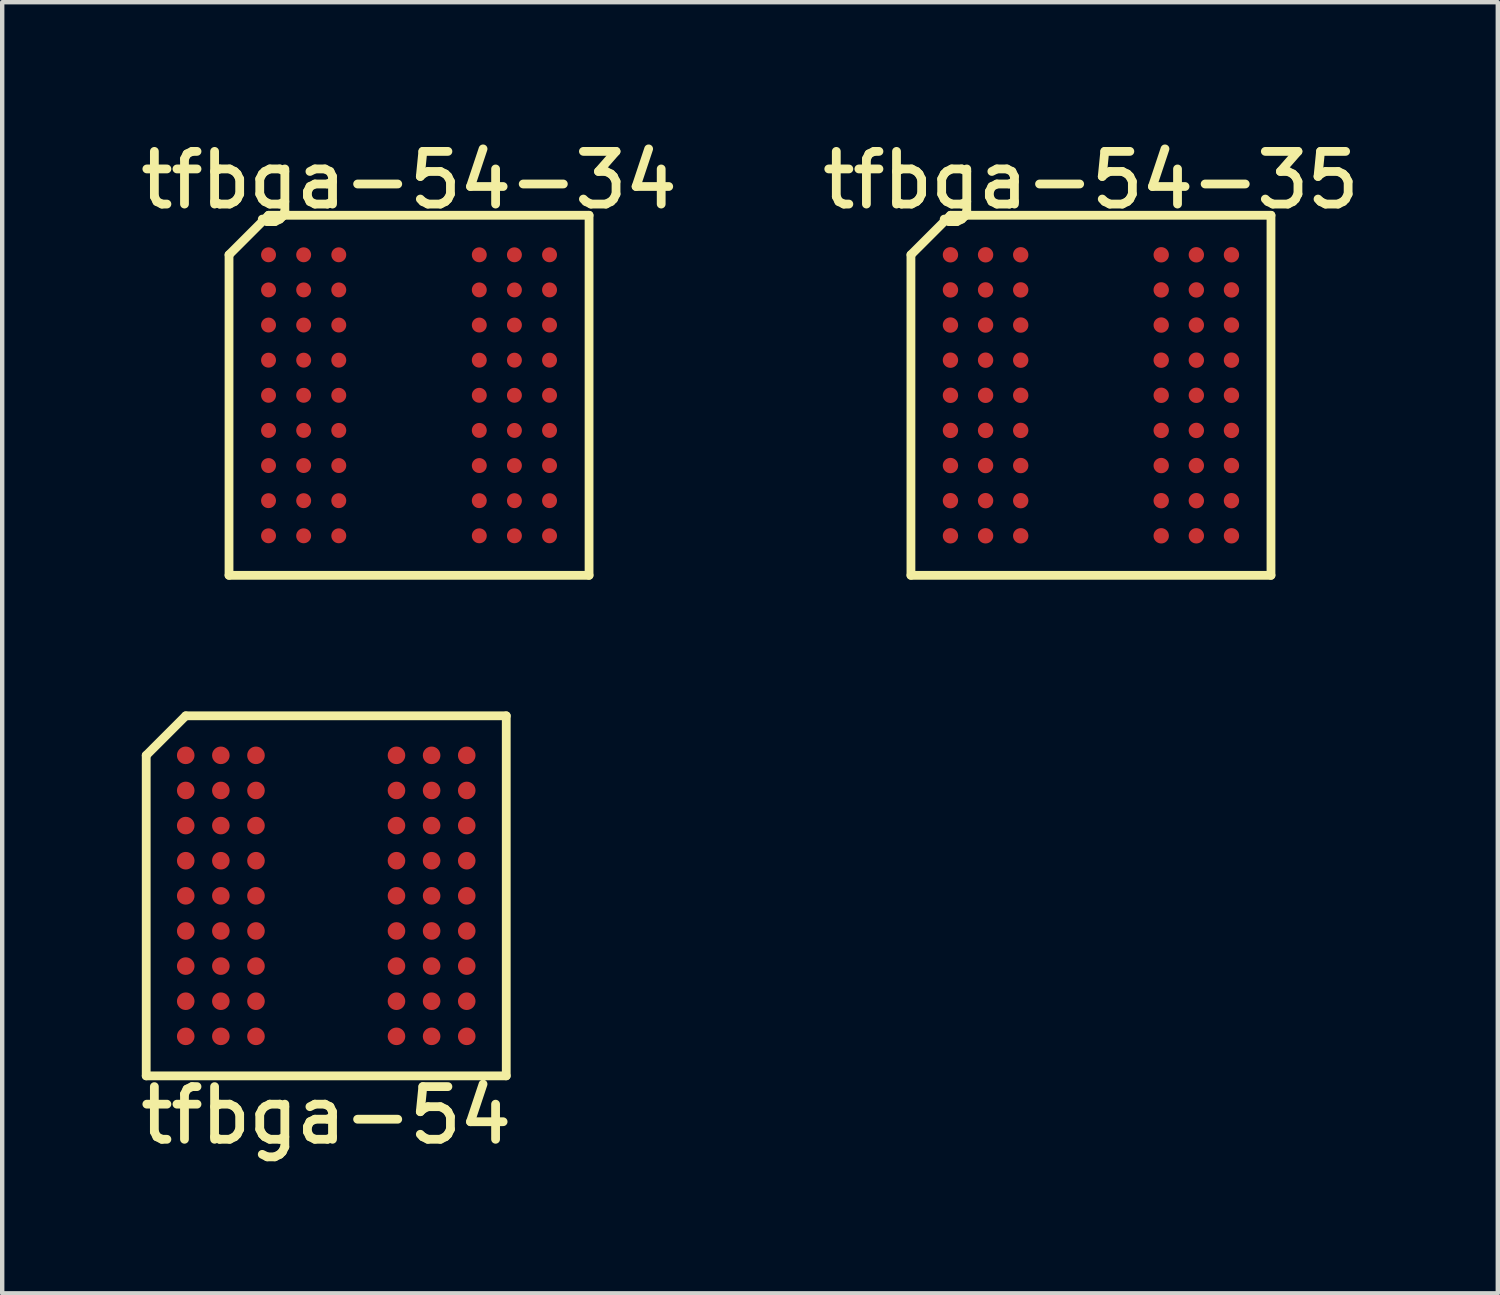
<source format=kicad_pcb>
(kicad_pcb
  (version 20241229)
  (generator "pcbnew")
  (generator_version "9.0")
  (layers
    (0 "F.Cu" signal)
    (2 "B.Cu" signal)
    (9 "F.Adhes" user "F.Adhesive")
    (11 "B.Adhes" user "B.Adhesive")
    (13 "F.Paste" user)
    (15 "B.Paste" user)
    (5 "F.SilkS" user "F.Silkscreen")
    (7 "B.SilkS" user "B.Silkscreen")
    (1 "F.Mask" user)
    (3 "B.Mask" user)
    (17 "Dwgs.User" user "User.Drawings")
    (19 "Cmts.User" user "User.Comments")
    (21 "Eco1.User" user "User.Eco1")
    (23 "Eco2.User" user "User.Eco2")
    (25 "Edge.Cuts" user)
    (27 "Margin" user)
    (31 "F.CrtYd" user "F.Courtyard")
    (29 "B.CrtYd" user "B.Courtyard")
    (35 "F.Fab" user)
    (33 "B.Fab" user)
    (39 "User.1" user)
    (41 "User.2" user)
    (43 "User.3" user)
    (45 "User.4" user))
  (footprint "tfbga-54"
    (layer "F.Cu")
    (at 4.38 17.353)
    (property "Reference" "tfbga-54" (at 0 5 0) (layer "F.SilkS") (effects (font (size 1.2 1.2) (thickness 0.2))))
    (attr through_hole)
    (fp_line (start -4.1 -3.2) (end -4.1 4.1) (stroke (width 0.2) (type solid)) (layer "F.SilkS"))
    (fp_line (start -4.1 4.1) (end 4.1 4.1) (stroke (width 0.2) (type solid)) (layer "F.SilkS"))
    (fp_line (start -3.2 -4.1) (end -4.1 -3.2) (stroke (width 0.2) (type solid)) (layer "F.SilkS"))
    (fp_line (start 4.1 -4.1) (end -3.2 -4.1) (stroke (width 0.2) (type solid)) (layer "F.SilkS"))
    (fp_line (start 4.1 4.1) (end 4.1 -4.1) (stroke (width 0.2) (type solid)) (layer "F.SilkS"))
    (pad "A1" smd circle (at -3.2 -3.2) (size 0.4 0.4) (layers "F.Cu" "F.Mask" "F.Paste"))
    (pad "A2" smd circle (at -2.4 -3.2) (size 0.4 0.4) (layers "F.Cu" "F.Mask" "F.Paste"))
    (pad "A3" smd circle (at -1.6 -3.2) (size 0.4 0.4) (layers "F.Cu" "F.Mask" "F.Paste"))
    (pad "A7" smd circle (at 1.6 -3.2) (size 0.4 0.4) (layers "F.Cu" "F.Mask" "F.Paste"))
    (pad "A8" smd circle (at 2.4 -3.2) (size 0.4 0.4) (layers "F.Cu" "F.Mask" "F.Paste"))
    (pad "A9" smd circle (at 3.2 -3.2) (size 0.4 0.4) (layers "F.Cu" "F.Mask" "F.Paste"))
    (pad "B1" smd circle (at -3.2 -2.4) (size 0.4 0.4) (layers "F.Cu" "F.Mask" "F.Paste"))
    (pad "B2" smd circle (at -2.4 -2.4) (size 0.4 0.4) (layers "F.Cu" "F.Mask" "F.Paste"))
    (pad "B3" smd circle (at -1.6 -2.4) (size 0.4 0.4) (layers "F.Cu" "F.Mask" "F.Paste"))
    (pad "B7" smd circle (at 1.6 -2.4) (size 0.4 0.4) (layers "F.Cu" "F.Mask" "F.Paste"))
    (pad "B8" smd circle (at 2.4 -2.4) (size 0.4 0.4) (layers "F.Cu" "F.Mask" "F.Paste"))
    (pad "B9" smd circle (at 3.2 -2.4) (size 0.4 0.4) (layers "F.Cu" "F.Mask" "F.Paste"))
    (pad "C1" smd circle (at -3.2 -1.6) (size 0.4 0.4) (layers "F.Cu" "F.Mask" "F.Paste"))
    (pad "C2" smd circle (at -2.4 -1.6) (size 0.4 0.4) (layers "F.Cu" "F.Mask" "F.Paste"))
    (pad "C3" smd circle (at -1.6 -1.6) (size 0.4 0.4) (layers "F.Cu" "F.Mask" "F.Paste"))
    (pad "C7" smd circle (at 1.6 -1.6) (size 0.4 0.4) (layers "F.Cu" "F.Mask" "F.Paste"))
    (pad "C8" smd circle (at 2.4 -1.6) (size 0.4 0.4) (layers "F.Cu" "F.Mask" "F.Paste"))
    (pad "C9" smd circle (at 3.2 -1.6) (size 0.4 0.4) (layers "F.Cu" "F.Mask" "F.Paste"))
    (pad "D1" smd circle (at -3.2 -0.8) (size 0.4 0.4) (layers "F.Cu" "F.Mask" "F.Paste"))
    (pad "D2" smd circle (at -2.4 -0.8) (size 0.4 0.4) (layers "F.Cu" "F.Mask" "F.Paste"))
    (pad "D3" smd circle (at -1.6 -0.8) (size 0.4 0.4) (layers "F.Cu" "F.Mask" "F.Paste"))
    (pad "D7" smd circle (at 1.6 -0.8) (size 0.4 0.4) (layers "F.Cu" "F.Mask" "F.Paste"))
    (pad "D8" smd circle (at 2.4 -0.8) (size 0.4 0.4) (layers "F.Cu" "F.Mask" "F.Paste"))
    (pad "D9" smd circle (at 3.2 -0.8) (size 0.4 0.4) (layers "F.Cu" "F.Mask" "F.Paste"))
    (pad "E1" smd circle (at -3.2 0) (size 0.4 0.4) (layers "F.Cu" "F.Mask" "F.Paste"))
    (pad "E2" smd circle (at -2.4 0) (size 0.4 0.4) (layers "F.Cu" "F.Mask" "F.Paste"))
    (pad "E3" smd circle (at -1.6 0) (size 0.4 0.4) (layers "F.Cu" "F.Mask" "F.Paste"))
    (pad "E7" smd circle (at 1.6 0) (size 0.4 0.4) (layers "F.Cu" "F.Mask" "F.Paste"))
    (pad "E8" smd circle (at 2.4 0) (size 0.4 0.4) (layers "F.Cu" "F.Mask" "F.Paste"))
    (pad "E9" smd circle (at 3.2 0) (size 0.4 0.4) (layers "F.Cu" "F.Mask" "F.Paste"))
    (pad "F1" smd circle (at -3.2 0.8) (size 0.4 0.4) (layers "F.Cu" "F.Mask" "F.Paste"))
    (pad "F2" smd circle (at -2.4 0.8) (size 0.4 0.4) (layers "F.Cu" "F.Mask" "F.Paste"))
    (pad "F3" smd circle (at -1.6 0.8) (size 0.4 0.4) (layers "F.Cu" "F.Mask" "F.Paste"))
    (pad "F7" smd circle (at 1.6 0.8) (size 0.4 0.4) (layers "F.Cu" "F.Mask" "F.Paste"))
    (pad "F8" smd circle (at 2.4 0.8) (size 0.4 0.4) (layers "F.Cu" "F.Mask" "F.Paste"))
    (pad "F9" smd circle (at 3.2 0.8) (size 0.4 0.4) (layers "F.Cu" "F.Mask" "F.Paste"))
    (pad "G1" smd circle (at -3.2 1.6) (size 0.4 0.4) (layers "F.Cu" "F.Mask" "F.Paste"))
    (pad "G2" smd circle (at -2.4 1.6) (size 0.4 0.4) (layers "F.Cu" "F.Mask" "F.Paste"))
    (pad "G3" smd circle (at -1.6 1.6) (size 0.4 0.4) (layers "F.Cu" "F.Mask" "F.Paste"))
    (pad "G7" smd circle (at 1.6 1.6) (size 0.4 0.4) (layers "F.Cu" "F.Mask" "F.Paste"))
    (pad "G8" smd circle (at 2.4 1.6) (size 0.4 0.4) (layers "F.Cu" "F.Mask" "F.Paste"))
    (pad "G9" smd circle (at 3.2 1.6) (size 0.4 0.4) (layers "F.Cu" "F.Mask" "F.Paste"))
    (pad "H1" smd circle (at -3.2 2.4) (size 0.4 0.4) (layers "F.Cu" "F.Mask" "F.Paste"))
    (pad "H2" smd circle (at -2.4 2.4) (size 0.4 0.4) (layers "F.Cu" "F.Mask" "F.Paste"))
    (pad "H3" smd circle (at -1.6 2.4) (size 0.4 0.4) (layers "F.Cu" "F.Mask" "F.Paste"))
    (pad "H7" smd circle (at 1.6 2.4) (size 0.4 0.4) (layers "F.Cu" "F.Mask" "F.Paste"))
    (pad "H8" smd circle (at 2.4 2.4) (size 0.4 0.4) (layers "F.Cu" "F.Mask" "F.Paste"))
    (pad "H9" smd circle (at 3.2 2.4) (size 0.4 0.4) (layers "F.Cu" "F.Mask" "F.Paste"))
    (pad "J1" smd circle (at -3.2 3.2) (size 0.4 0.4) (layers "F.Cu" "F.Mask" "F.Paste"))
    (pad "J2" smd circle (at -2.4 3.2) (size 0.4 0.4) (layers "F.Cu" "F.Mask" "F.Paste"))
    (pad "J3" smd circle (at -1.6 3.2) (size 0.4 0.4) (layers "F.Cu" "F.Mask" "F.Paste"))
    (pad "J7" smd circle (at 1.6 3.2) (size 0.4 0.4) (layers "F.Cu" "F.Mask" "F.Paste"))
    (pad "J8" smd circle (at 2.4 3.2) (size 0.4 0.4) (layers "F.Cu" "F.Mask" "F.Paste"))
    (pad "J9" smd circle (at 3.2 3.2) (size 0.4 0.4) (layers "F.Cu" "F.Mask" "F.Paste")))
  (footprint "tfbga-54-35"
    (layer "F.Cu")
    (at 21.797 5.953)
    (property "Reference" "tfbga-54-35" (at 0 -4.9 0) (layer "F.SilkS") (effects (font (size 1.2 1.2) (thickness 0.2))))
    (attr through_hole)
    (fp_line (start -4.1 -3.2) (end -4.1 4.1) (stroke (width 0.2) (type solid)) (layer "F.SilkS"))
    (fp_line (start -4.1 4.1) (end 4.1 4.1) (stroke (width 0.2) (type solid)) (layer "F.SilkS"))
    (fp_line (start -3.2 -4.1) (end -4.1 -3.2) (stroke (width 0.2) (type solid)) (layer "F.SilkS"))
    (fp_line (start 4.1 -4.1) (end -3.2 -4.1) (stroke (width 0.2) (type solid)) (layer "F.SilkS"))
    (fp_line (start 4.1 4.1) (end 4.1 -4.1) (stroke (width 0.2) (type solid)) (layer "F.SilkS"))
    (pad "A1" smd circle (at -3.2 -3.2) (size 0.35 0.35) (layers "F.Cu" "F.Mask" "F.Paste"))
    (pad "A2" smd circle (at -2.4 -3.2) (size 0.35 0.35) (layers "F.Cu" "F.Mask" "F.Paste"))
    (pad "A3" smd circle (at -1.6 -3.2) (size 0.35 0.35) (layers "F.Cu" "F.Mask" "F.Paste"))
    (pad "A7" smd circle (at 1.6 -3.2) (size 0.35 0.35) (layers "F.Cu" "F.Mask" "F.Paste"))
    (pad "A8" smd circle (at 2.4 -3.2) (size 0.35 0.35) (layers "F.Cu" "F.Mask" "F.Paste"))
    (pad "A9" smd circle (at 3.2 -3.2) (size 0.35 0.35) (layers "F.Cu" "F.Mask" "F.Paste"))
    (pad "B1" smd circle (at -3.2 -2.4) (size 0.35 0.35) (layers "F.Cu" "F.Mask" "F.Paste"))
    (pad "B2" smd circle (at -2.4 -2.4) (size 0.35 0.35) (layers "F.Cu" "F.Mask" "F.Paste"))
    (pad "B3" smd circle (at -1.6 -2.4) (size 0.35 0.35) (layers "F.Cu" "F.Mask" "F.Paste"))
    (pad "B7" smd circle (at 1.6 -2.4) (size 0.35 0.35) (layers "F.Cu" "F.Mask" "F.Paste"))
    (pad "B8" smd circle (at 2.4 -2.4) (size 0.35 0.35) (layers "F.Cu" "F.Mask" "F.Paste"))
    (pad "B9" smd circle (at 3.2 -2.4) (size 0.35 0.35) (layers "F.Cu" "F.Mask" "F.Paste"))
    (pad "C1" smd circle (at -3.2 -1.6) (size 0.35 0.35) (layers "F.Cu" "F.Mask" "F.Paste"))
    (pad "C2" smd circle (at -2.4 -1.6) (size 0.35 0.35) (layers "F.Cu" "F.Mask" "F.Paste"))
    (pad "C3" smd circle (at -1.6 -1.6) (size 0.35 0.35) (layers "F.Cu" "F.Mask" "F.Paste"))
    (pad "C7" smd circle (at 1.6 -1.6) (size 0.35 0.35) (layers "F.Cu" "F.Mask" "F.Paste"))
    (pad "C8" smd circle (at 2.4 -1.6) (size 0.35 0.35) (layers "F.Cu" "F.Mask" "F.Paste"))
    (pad "C9" smd circle (at 3.2 -1.6) (size 0.35 0.35) (layers "F.Cu" "F.Mask" "F.Paste"))
    (pad "D1" smd circle (at -3.2 -0.8) (size 0.35 0.35) (layers "F.Cu" "F.Mask" "F.Paste"))
    (pad "D2" smd circle (at -2.4 -0.8) (size 0.35 0.35) (layers "F.Cu" "F.Mask" "F.Paste"))
    (pad "D3" smd circle (at -1.6 -0.8) (size 0.35 0.35) (layers "F.Cu" "F.Mask" "F.Paste"))
    (pad "D7" smd circle (at 1.6 -0.8) (size 0.35 0.35) (layers "F.Cu" "F.Mask" "F.Paste"))
    (pad "D8" smd circle (at 2.4 -0.8) (size 0.35 0.35) (layers "F.Cu" "F.Mask" "F.Paste"))
    (pad "D9" smd circle (at 3.2 -0.8) (size 0.35 0.35) (layers "F.Cu" "F.Mask" "F.Paste"))
    (pad "E1" smd circle (at -3.2 0) (size 0.35 0.35) (layers "F.Cu" "F.Mask" "F.Paste"))
    (pad "E2" smd circle (at -2.4 0) (size 0.35 0.35) (layers "F.Cu" "F.Mask" "F.Paste"))
    (pad "E3" smd circle (at -1.6 0) (size 0.35 0.35) (layers "F.Cu" "F.Mask" "F.Paste"))
    (pad "E7" smd circle (at 1.6 0) (size 0.35 0.35) (layers "F.Cu" "F.Mask" "F.Paste"))
    (pad "E8" smd circle (at 2.4 0) (size 0.35 0.35) (layers "F.Cu" "F.Mask" "F.Paste"))
    (pad "E9" smd circle (at 3.2 0) (size 0.35 0.35) (layers "F.Cu" "F.Mask" "F.Paste"))
    (pad "F1" smd circle (at -3.2 0.8) (size 0.35 0.35) (layers "F.Cu" "F.Mask" "F.Paste"))
    (pad "F2" smd circle (at -2.4 0.8) (size 0.35 0.35) (layers "F.Cu" "F.Mask" "F.Paste"))
    (pad "F3" smd circle (at -1.6 0.8) (size 0.35 0.35) (layers "F.Cu" "F.Mask" "F.Paste"))
    (pad "F7" smd circle (at 1.6 0.8) (size 0.35 0.35) (layers "F.Cu" "F.Mask" "F.Paste"))
    (pad "F8" smd circle (at 2.4 0.8) (size 0.35 0.35) (layers "F.Cu" "F.Mask" "F.Paste"))
    (pad "F9" smd circle (at 3.2 0.8) (size 0.35 0.35) (layers "F.Cu" "F.Mask" "F.Paste"))
    (pad "G1" smd circle (at -3.2 1.6) (size 0.35 0.35) (layers "F.Cu" "F.Mask" "F.Paste"))
    (pad "G2" smd circle (at -2.4 1.6) (size 0.35 0.35) (layers "F.Cu" "F.Mask" "F.Paste"))
    (pad "G3" smd circle (at -1.6 1.6) (size 0.35 0.35) (layers "F.Cu" "F.Mask" "F.Paste"))
    (pad "G7" smd circle (at 1.6 1.6) (size 0.35 0.35) (layers "F.Cu" "F.Mask" "F.Paste"))
    (pad "G8" smd circle (at 2.4 1.6) (size 0.35 0.35) (layers "F.Cu" "F.Mask" "F.Paste"))
    (pad "G9" smd circle (at 3.2 1.6) (size 0.35 0.35) (layers "F.Cu" "F.Mask" "F.Paste"))
    (pad "H1" smd circle (at -3.2 2.4) (size 0.35 0.35) (layers "F.Cu" "F.Mask" "F.Paste"))
    (pad "H2" smd circle (at -2.4 2.4) (size 0.35 0.35) (layers "F.Cu" "F.Mask" "F.Paste"))
    (pad "H3" smd circle (at -1.6 2.4) (size 0.35 0.35) (layers "F.Cu" "F.Mask" "F.Paste"))
    (pad "H7" smd circle (at 1.6 2.4) (size 0.35 0.35) (layers "F.Cu" "F.Mask" "F.Paste"))
    (pad "H8" smd circle (at 2.4 2.4) (size 0.35 0.35) (layers "F.Cu" "F.Mask" "F.Paste"))
    (pad "H9" smd circle (at 3.2 2.4) (size 0.35 0.35) (layers "F.Cu" "F.Mask" "F.Paste"))
    (pad "J1" smd circle (at -3.2 3.2) (size 0.35 0.35) (layers "F.Cu" "F.Mask" "F.Paste"))
    (pad "J2" smd circle (at -2.4 3.2) (size 0.35 0.35) (layers "F.Cu" "F.Mask" "F.Paste"))
    (pad "J3" smd circle (at -1.6 3.2) (size 0.35 0.35) (layers "F.Cu" "F.Mask" "F.Paste"))
    (pad "J7" smd circle (at 1.6 3.2) (size 0.35 0.35) (layers "F.Cu" "F.Mask" "F.Paste"))
    (pad "J8" smd circle (at 2.4 3.2) (size 0.35 0.35) (layers "F.Cu" "F.Mask" "F.Paste"))
    (pad "J9" smd circle (at 3.2 3.2) (size 0.35 0.35) (layers "F.Cu" "F.Mask" "F.Paste")))
  (footprint "tfbga-54-34"
    (layer "F.Cu")
    (at 6.266 5.953)
    (property "Reference" "tfbga-54-34" (at 0 -4.9 0) (layer "F.SilkS") (effects (font (size 1.2 1.2) (thickness 0.2))))
    (attr through_hole)
    (fp_line (start -4.1 -3.2) (end -4.1 4.1) (stroke (width 0.2) (type solid)) (layer "F.SilkS"))
    (fp_line (start -4.1 4.1) (end 4.1 4.1) (stroke (width 0.2) (type solid)) (layer "F.SilkS"))
    (fp_line (start -3.2 -4.1) (end -4.1 -3.2) (stroke (width 0.2) (type solid)) (layer "F.SilkS"))
    (fp_line (start 4.1 -4.1) (end -3.2 -4.1) (stroke (width 0.2) (type solid)) (layer "F.SilkS"))
    (fp_line (start 4.1 4.1) (end 4.1 -4.1) (stroke (width 0.2) (type solid)) (layer "F.SilkS"))
    (pad "A1" smd circle (at -3.2 -3.2) (size 0.34 0.34) (layers "F.Cu" "F.Mask" "F.Paste"))
    (pad "A2" smd circle (at -2.4 -3.2) (size 0.34 0.34) (layers "F.Cu" "F.Mask" "F.Paste"))
    (pad "A3" smd circle (at -1.6 -3.2) (size 0.34 0.34) (layers "F.Cu" "F.Mask" "F.Paste"))
    (pad "A7" smd circle (at 1.6 -3.2) (size 0.34 0.34) (layers "F.Cu" "F.Mask" "F.Paste"))
    (pad "A8" smd circle (at 2.4 -3.2) (size 0.34 0.34) (layers "F.Cu" "F.Mask" "F.Paste"))
    (pad "A9" smd circle (at 3.2 -3.2) (size 0.34 0.34) (layers "F.Cu" "F.Mask" "F.Paste"))
    (pad "B1" smd circle (at -3.2 -2.4) (size 0.34 0.34) (layers "F.Cu" "F.Mask" "F.Paste"))
    (pad "B2" smd circle (at -2.4 -2.4) (size 0.34 0.34) (layers "F.Cu" "F.Mask" "F.Paste"))
    (pad "B3" smd circle (at -1.6 -2.4) (size 0.34 0.34) (layers "F.Cu" "F.Mask" "F.Paste"))
    (pad "B7" smd circle (at 1.6 -2.4) (size 0.34 0.34) (layers "F.Cu" "F.Mask" "F.Paste"))
    (pad "B8" smd circle (at 2.4 -2.4) (size 0.34 0.34) (layers "F.Cu" "F.Mask" "F.Paste"))
    (pad "B9" smd circle (at 3.2 -2.4) (size 0.34 0.34) (layers "F.Cu" "F.Mask" "F.Paste"))
    (pad "C1" smd circle (at -3.2 -1.6) (size 0.34 0.34) (layers "F.Cu" "F.Mask" "F.Paste"))
    (pad "C2" smd circle (at -2.4 -1.6) (size 0.34 0.34) (layers "F.Cu" "F.Mask" "F.Paste"))
    (pad "C3" smd circle (at -1.6 -1.6) (size 0.34 0.34) (layers "F.Cu" "F.Mask" "F.Paste"))
    (pad "C7" smd circle (at 1.6 -1.6) (size 0.34 0.34) (layers "F.Cu" "F.Mask" "F.Paste"))
    (pad "C8" smd circle (at 2.4 -1.6) (size 0.34 0.34) (layers "F.Cu" "F.Mask" "F.Paste"))
    (pad "C9" smd circle (at 3.2 -1.6) (size 0.34 0.34) (layers "F.Cu" "F.Mask" "F.Paste"))
    (pad "D1" smd circle (at -3.2 -0.8) (size 0.34 0.34) (layers "F.Cu" "F.Mask" "F.Paste"))
    (pad "D2" smd circle (at -2.4 -0.8) (size 0.34 0.34) (layers "F.Cu" "F.Mask" "F.Paste"))
    (pad "D3" smd circle (at -1.6 -0.8) (size 0.34 0.34) (layers "F.Cu" "F.Mask" "F.Paste"))
    (pad "D7" smd circle (at 1.6 -0.8) (size 0.34 0.34) (layers "F.Cu" "F.Mask" "F.Paste"))
    (pad "D8" smd circle (at 2.4 -0.8) (size 0.34 0.34) (layers "F.Cu" "F.Mask" "F.Paste"))
    (pad "D9" smd circle (at 3.2 -0.8) (size 0.34 0.34) (layers "F.Cu" "F.Mask" "F.Paste"))
    (pad "E1" smd circle (at -3.2 0) (size 0.34 0.34) (layers "F.Cu" "F.Mask" "F.Paste"))
    (pad "E2" smd circle (at -2.4 0) (size 0.34 0.34) (layers "F.Cu" "F.Mask" "F.Paste"))
    (pad "E3" smd circle (at -1.6 0) (size 0.34 0.34) (layers "F.Cu" "F.Mask" "F.Paste"))
    (pad "E7" smd circle (at 1.6 0) (size 0.34 0.34) (layers "F.Cu" "F.Mask" "F.Paste"))
    (pad "E8" smd circle (at 2.4 0) (size 0.34 0.34) (layers "F.Cu" "F.Mask" "F.Paste"))
    (pad "E9" smd circle (at 3.2 0) (size 0.34 0.34) (layers "F.Cu" "F.Mask" "F.Paste"))
    (pad "F1" smd circle (at -3.2 0.8) (size 0.34 0.34) (layers "F.Cu" "F.Mask" "F.Paste"))
    (pad "F2" smd circle (at -2.4 0.8) (size 0.34 0.34) (layers "F.Cu" "F.Mask" "F.Paste"))
    (pad "F3" smd circle (at -1.6 0.8) (size 0.34 0.34) (layers "F.Cu" "F.Mask" "F.Paste"))
    (pad "F7" smd circle (at 1.6 0.8) (size 0.34 0.34) (layers "F.Cu" "F.Mask" "F.Paste"))
    (pad "F8" smd circle (at 2.4 0.8) (size 0.34 0.34) (layers "F.Cu" "F.Mask" "F.Paste"))
    (pad "F9" smd circle (at 3.2 0.8) (size 0.34 0.34) (layers "F.Cu" "F.Mask" "F.Paste"))
    (pad "G1" smd circle (at -3.2 1.6) (size 0.34 0.34) (layers "F.Cu" "F.Mask" "F.Paste"))
    (pad "G2" smd circle (at -2.4 1.6) (size 0.34 0.34) (layers "F.Cu" "F.Mask" "F.Paste"))
    (pad "G3" smd circle (at -1.6 1.6) (size 0.34 0.34) (layers "F.Cu" "F.Mask" "F.Paste"))
    (pad "G7" smd circle (at 1.6 1.6) (size 0.34 0.34) (layers "F.Cu" "F.Mask" "F.Paste"))
    (pad "G8" smd circle (at 2.4 1.6) (size 0.34 0.34) (layers "F.Cu" "F.Mask" "F.Paste"))
    (pad "G9" smd circle (at 3.2 1.6) (size 0.34 0.34) (layers "F.Cu" "F.Mask" "F.Paste"))
    (pad "H1" smd circle (at -3.2 2.4) (size 0.34 0.34) (layers "F.Cu" "F.Mask" "F.Paste"))
    (pad "H2" smd circle (at -2.4 2.4) (size 0.34 0.34) (layers "F.Cu" "F.Mask" "F.Paste"))
    (pad "H3" smd circle (at -1.6 2.4) (size 0.34 0.34) (layers "F.Cu" "F.Mask" "F.Paste"))
    (pad "H7" smd circle (at 1.6 2.4) (size 0.34 0.34) (layers "F.Cu" "F.Mask" "F.Paste"))
    (pad "H8" smd circle (at 2.4 2.4) (size 0.34 0.34) (layers "F.Cu" "F.Mask" "F.Paste"))
    (pad "H9" smd circle (at 3.2 2.4) (size 0.34 0.34) (layers "F.Cu" "F.Mask" "F.Paste"))
    (pad "J1" smd circle (at -3.2 3.2) (size 0.34 0.34) (layers "F.Cu" "F.Mask" "F.Paste"))
    (pad "J2" smd circle (at -2.4 3.2) (size 0.34 0.34) (layers "F.Cu" "F.Mask" "F.Paste"))
    (pad "J3" smd circle (at -1.6 3.2) (size 0.34 0.34) (layers "F.Cu" "F.Mask" "F.Paste"))
    (pad "J7" smd circle (at 1.6 3.2) (size 0.34 0.34) (layers "F.Cu" "F.Mask" "F.Paste"))
    (pad "J8" smd circle (at 2.4 3.2) (size 0.34 0.34) (layers "F.Cu" "F.Mask" "F.Paste"))
    (pad "J9" smd circle (at 3.2 3.2) (size 0.34 0.34) (layers "F.Cu" "F.Mask" "F.Paste")))
  (gr_rect
    (start -3 -3)
    (end 31.063 26.406)
    (stroke (width 0.1) (type default))
    (fill no)
    (layer "Edge.Cuts")))
</source>
